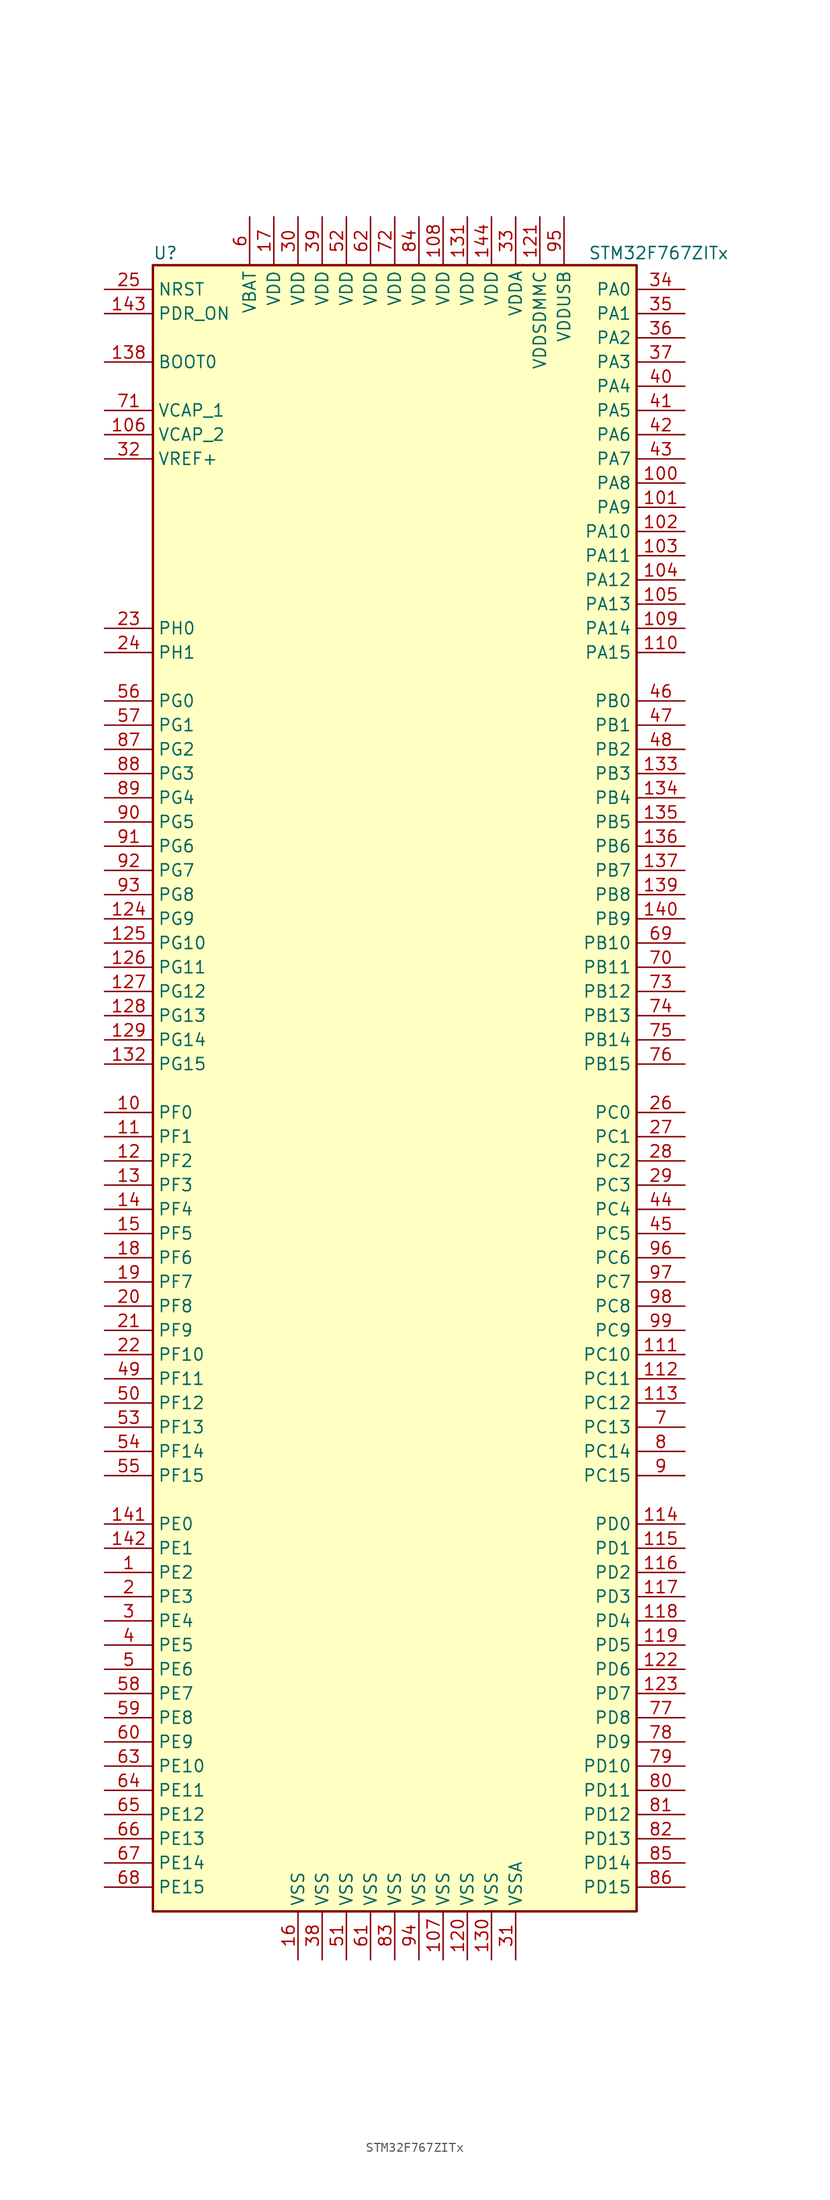
<source format=kicad_sym>
(kicad_symbol_lib
  (version 20220914)
  (generator kicad_symbol_editor)
  (symbol "STM32F767ZITx"
    (property "Reference" "U"
      (at -25.4 87.63 0)
      (effects (font (size 1.27 1.27)) (justify left)))
    (property "Value" "STM32F767ZITx"
      (at 20.32 87.63 0)
      (effects (font (size 1.27 1.27)) (justify left)))
    (symbol "STM32F767ZITx_0_1"
      (rectangle (start -25.4 -86.36) (end 25.4 86.36) (stroke (width 0.254) (type default)) (fill (type background))))
    (symbol "STM32F767ZITx_1_1"
      (pin bidirectional line (at -30.48 -50.8 0) (length 5.08) (name "PE2" (effects (font (size 1.27 1.27)))) (number "1" (effects (font (size 1.27 1.27)))))
      (pin bidirectional line (at -30.48 -2.54 0) (length 5.08) (name "PF0" (effects (font (size 1.27 1.27)))) (number "10" (effects (font (size 1.27 1.27)))))
      (pin bidirectional line (at 30.48 63.5 180) (length 5.08) (name "PA8" (effects (font (size 1.27 1.27)))) (number "100" (effects (font (size 1.27 1.27)))))
      (pin bidirectional line (at 30.48 60.96 180) (length 5.08) (name "PA9" (effects (font (size 1.27 1.27)))) (number "101" (effects (font (size 1.27 1.27)))))
      (pin bidirectional line (at 30.48 58.42 180) (length 5.08) (name "PA10" (effects (font (size 1.27 1.27)))) (number "102" (effects (font (size 1.27 1.27)))))
      (pin bidirectional line (at 30.48 55.88 180) (length 5.08) (name "PA11" (effects (font (size 1.27 1.27)))) (number "103" (effects (font (size 1.27 1.27)))))
      (pin bidirectional line (at 30.48 53.34 180) (length 5.08) (name "PA12" (effects (font (size 1.27 1.27)))) (number "104" (effects (font (size 1.27 1.27)))))
      (pin bidirectional line (at 30.48 50.8 180) (length 5.08) (name "PA13" (effects (font (size 1.27 1.27)))) (number "105" (effects (font (size 1.27 1.27)))))
      (pin power_in line (at -30.48 68.58 0) (length 5.08) (name "VCAP_2" (effects (font (size 1.27 1.27)))) (number "106" (effects (font (size 1.27 1.27)))))
      (pin power_in line (at 5.08 -91.44 90) (length 5.08) (name "VSS" (effects (font (size 1.27 1.27)))) (number "107" (effects (font (size 1.27 1.27)))))
      (pin power_in line (at 5.08 91.44 270) (length 5.08) (name "VDD" (effects (font (size 1.27 1.27)))) (number "108" (effects (font (size 1.27 1.27)))))
      (pin bidirectional line (at 30.48 48.26 180) (length 5.08) (name "PA14" (effects (font (size 1.27 1.27)))) (number "109" (effects (font (size 1.27 1.27)))))
      (pin bidirectional line (at -30.48 -5.08 0) (length 5.08) (name "PF1" (effects (font (size 1.27 1.27)))) (number "11" (effects (font (size 1.27 1.27)))))
      (pin bidirectional line (at 30.48 45.72 180) (length 5.08) (name "PA15" (effects (font (size 1.27 1.27)))) (number "110" (effects (font (size 1.27 1.27)))))
      (pin bidirectional line (at 30.48 -27.94 180) (length 5.08) (name "PC10" (effects (font (size 1.27 1.27)))) (number "111" (effects (font (size 1.27 1.27)))))
      (pin bidirectional line (at 30.48 -30.48 180) (length 5.08) (name "PC11" (effects (font (size 1.27 1.27)))) (number "112" (effects (font (size 1.27 1.27)))))
      (pin bidirectional line (at 30.48 -33.02 180) (length 5.08) (name "PC12" (effects (font (size 1.27 1.27)))) (number "113" (effects (font (size 1.27 1.27)))))
      (pin bidirectional line (at 30.48 -45.72 180) (length 5.08) (name "PD0" (effects (font (size 1.27 1.27)))) (number "114" (effects (font (size 1.27 1.27)))))
      (pin bidirectional line (at 30.48 -48.26 180) (length 5.08) (name "PD1" (effects (font (size 1.27 1.27)))) (number "115" (effects (font (size 1.27 1.27)))))
      (pin bidirectional line (at 30.48 -50.8 180) (length 5.08) (name "PD2" (effects (font (size 1.27 1.27)))) (number "116" (effects (font (size 1.27 1.27)))))
      (pin bidirectional line (at 30.48 -53.34 180) (length 5.08) (name "PD3" (effects (font (size 1.27 1.27)))) (number "117" (effects (font (size 1.27 1.27)))))
      (pin bidirectional line (at 30.48 -55.88 180) (length 5.08) (name "PD4" (effects (font (size 1.27 1.27)))) (number "118" (effects (font (size 1.27 1.27)))))
      (pin bidirectional line (at 30.48 -58.42 180) (length 5.08) (name "PD5" (effects (font (size 1.27 1.27)))) (number "119" (effects (font (size 1.27 1.27)))))
      (pin bidirectional line (at -30.48 -7.62 0) (length 5.08) (name "PF2" (effects (font (size 1.27 1.27)))) (number "12" (effects (font (size 1.27 1.27)))))
      (pin power_in line (at 7.62 -91.44 90) (length 5.08) (name "VSS" (effects (font (size 1.27 1.27)))) (number "120" (effects (font (size 1.27 1.27)))))
      (pin power_in line (at 15.24 91.44 270) (length 5.08) (name "VDDSDMMC" (effects (font (size 1.27 1.27)))) (number "121" (effects (font (size 1.27 1.27)))))
      (pin bidirectional line (at 30.48 -60.96 180) (length 5.08) (name "PD6" (effects (font (size 1.27 1.27)))) (number "122" (effects (font (size 1.27 1.27)))))
      (pin bidirectional line (at 30.48 -63.5 180) (length 5.08) (name "PD7" (effects (font (size 1.27 1.27)))) (number "123" (effects (font (size 1.27 1.27)))))
      (pin bidirectional line (at -30.48 17.78 0) (length 5.08) (name "PG9" (effects (font (size 1.27 1.27)))) (number "124" (effects (font (size 1.27 1.27)))))
      (pin bidirectional line (at -30.48 15.24 0) (length 5.08) (name "PG10" (effects (font (size 1.27 1.27)))) (number "125" (effects (font (size 1.27 1.27)))))
      (pin bidirectional line (at -30.48 12.7 0) (length 5.08) (name "PG11" (effects (font (size 1.27 1.27)))) (number "126" (effects (font (size 1.27 1.27)))))
      (pin bidirectional line (at -30.48 10.16 0) (length 5.08) (name "PG12" (effects (font (size 1.27 1.27)))) (number "127" (effects (font (size 1.27 1.27)))))
      (pin bidirectional line (at -30.48 7.62 0) (length 5.08) (name "PG13" (effects (font (size 1.27 1.27)))) (number "128" (effects (font (size 1.27 1.27)))))
      (pin bidirectional line (at -30.48 5.08 0) (length 5.08) (name "PG14" (effects (font (size 1.27 1.27)))) (number "129" (effects (font (size 1.27 1.27)))))
      (pin bidirectional line (at -30.48 -10.16 0) (length 5.08) (name "PF3" (effects (font (size 1.27 1.27)))) (number "13" (effects (font (size 1.27 1.27)))))
      (pin power_in line (at 10.16 -91.44 90) (length 5.08) (name "VSS" (effects (font (size 1.27 1.27)))) (number "130" (effects (font (size 1.27 1.27)))))
      (pin power_in line (at 7.62 91.44 270) (length 5.08) (name "VDD" (effects (font (size 1.27 1.27)))) (number "131" (effects (font (size 1.27 1.27)))))
      (pin bidirectional line (at -30.48 2.54 0) (length 5.08) (name "PG15" (effects (font (size 1.27 1.27)))) (number "132" (effects (font (size 1.27 1.27)))))
      (pin bidirectional line (at 30.48 33.02 180) (length 5.08) (name "PB3" (effects (font (size 1.27 1.27)))) (number "133" (effects (font (size 1.27 1.27)))))
      (pin bidirectional line (at 30.48 30.48 180) (length 5.08) (name "PB4" (effects (font (size 1.27 1.27)))) (number "134" (effects (font (size 1.27 1.27)))))
      (pin bidirectional line (at 30.48 27.94 180) (length 5.08) (name "PB5" (effects (font (size 1.27 1.27)))) (number "135" (effects (font (size 1.27 1.27)))))
      (pin bidirectional line (at 30.48 25.4 180) (length 5.08) (name "PB6" (effects (font (size 1.27 1.27)))) (number "136" (effects (font (size 1.27 1.27)))))
      (pin bidirectional line (at 30.48 22.86 180) (length 5.08) (name "PB7" (effects (font (size 1.27 1.27)))) (number "137" (effects (font (size 1.27 1.27)))))
      (pin input line (at -30.48 76.2 0) (length 5.08) (name "BOOT0" (effects (font (size 1.27 1.27)))) (number "138" (effects (font (size 1.27 1.27)))))
      (pin bidirectional line (at 30.48 20.32 180) (length 5.08) (name "PB8" (effects (font (size 1.27 1.27)))) (number "139" (effects (font (size 1.27 1.27)))))
      (pin bidirectional line (at -30.48 -12.7 0) (length 5.08) (name "PF4" (effects (font (size 1.27 1.27)))) (number "14" (effects (font (size 1.27 1.27)))))
      (pin bidirectional line (at 30.48 17.78 180) (length 5.08) (name "PB9" (effects (font (size 1.27 1.27)))) (number "140" (effects (font (size 1.27 1.27)))))
      (pin bidirectional line (at -30.48 -45.72 0) (length 5.08) (name "PE0" (effects (font (size 1.27 1.27)))) (number "141" (effects (font (size 1.27 1.27)))))
      (pin bidirectional line (at -30.48 -48.26 0) (length 5.08) (name "PE1" (effects (font (size 1.27 1.27)))) (number "142" (effects (font (size 1.27 1.27)))))
      (pin input line (at -30.48 81.28 0) (length 5.08) (name "PDR_ON" (effects (font (size 1.27 1.27)))) (number "143" (effects (font (size 1.27 1.27)))))
      (pin power_in line (at 10.16 91.44 270) (length 5.08) (name "VDD" (effects (font (size 1.27 1.27)))) (number "144" (effects (font (size 1.27 1.27)))))
      (pin bidirectional line (at -30.48 -15.24 0) (length 5.08) (name "PF5" (effects (font (size 1.27 1.27)))) (number "15" (effects (font (size 1.27 1.27)))))
      (pin power_in line (at -10.16 -91.44 90) (length 5.08) (name "VSS" (effects (font (size 1.27 1.27)))) (number "16" (effects (font (size 1.27 1.27)))))
      (pin power_in line (at -12.7 91.44 270) (length 5.08) (name "VDD" (effects (font (size 1.27 1.27)))) (number "17" (effects (font (size 1.27 1.27)))))
      (pin bidirectional line (at -30.48 -17.78 0) (length 5.08) (name "PF6" (effects (font (size 1.27 1.27)))) (number "18" (effects (font (size 1.27 1.27)))))
      (pin bidirectional line (at -30.48 -20.32 0) (length 5.08) (name "PF7" (effects (font (size 1.27 1.27)))) (number "19" (effects (font (size 1.27 1.27)))))
      (pin bidirectional line (at -30.48 -53.34 0) (length 5.08) (name "PE3" (effects (font (size 1.27 1.27)))) (number "2" (effects (font (size 1.27 1.27)))))
      (pin bidirectional line (at -30.48 -22.86 0) (length 5.08) (name "PF8" (effects (font (size 1.27 1.27)))) (number "20" (effects (font (size 1.27 1.27)))))
      (pin bidirectional line (at -30.48 -25.4 0) (length 5.08) (name "PF9" (effects (font (size 1.27 1.27)))) (number "21" (effects (font (size 1.27 1.27)))))
      (pin bidirectional line (at -30.48 -27.94 0) (length 5.08) (name "PF10" (effects (font (size 1.27 1.27)))) (number "22" (effects (font (size 1.27 1.27)))))
      (pin input line (at -30.48 48.26 0) (length 5.08) (name "PH0" (effects (font (size 1.27 1.27)))) (number "23" (effects (font (size 1.27 1.27)))))
      (pin input line (at -30.48 45.72 0) (length 5.08) (name "PH1" (effects (font (size 1.27 1.27)))) (number "24" (effects (font (size 1.27 1.27)))))
      (pin input line (at -30.48 83.82 0) (length 5.08) (name "NRST" (effects (font (size 1.27 1.27)))) (number "25" (effects (font (size 1.27 1.27)))))
      (pin bidirectional line (at 30.48 -2.54 180) (length 5.08) (name "PC0" (effects (font (size 1.27 1.27)))) (number "26" (effects (font (size 1.27 1.27)))))
      (pin bidirectional line (at 30.48 -5.08 180) (length 5.08) (name "PC1" (effects (font (size 1.27 1.27)))) (number "27" (effects (font (size 1.27 1.27)))))
      (pin bidirectional line (at 30.48 -7.62 180) (length 5.08) (name "PC2" (effects (font (size 1.27 1.27)))) (number "28" (effects (font (size 1.27 1.27)))))
      (pin bidirectional line (at 30.48 -10.16 180) (length 5.08) (name "PC3" (effects (font (size 1.27 1.27)))) (number "29" (effects (font (size 1.27 1.27)))))
      (pin bidirectional line (at -30.48 -55.88 0) (length 5.08) (name "PE4" (effects (font (size 1.27 1.27)))) (number "3" (effects (font (size 1.27 1.27)))))
      (pin power_in line (at -10.16 91.44 270) (length 5.08) (name "VDD" (effects (font (size 1.27 1.27)))) (number "30" (effects (font (size 1.27 1.27)))))
      (pin power_in line (at 12.7 -91.44 90) (length 5.08) (name "VSSA" (effects (font (size 1.27 1.27)))) (number "31" (effects (font (size 1.27 1.27)))))
      (pin power_in line (at -30.48 66.04 0) (length 5.08) (name "VREF+" (effects (font (size 1.27 1.27)))) (number "32" (effects (font (size 1.27 1.27)))))
      (pin power_in line (at 12.7 91.44 270) (length 5.08) (name "VDDA" (effects (font (size 1.27 1.27)))) (number "33" (effects (font (size 1.27 1.27)))))
      (pin bidirectional line (at 30.48 83.82 180) (length 5.08) (name "PA0" (effects (font (size 1.27 1.27)))) (number "34" (effects (font (size 1.27 1.27)))))
      (pin bidirectional line (at 30.48 81.28 180) (length 5.08) (name "PA1" (effects (font (size 1.27 1.27)))) (number "35" (effects (font (size 1.27 1.27)))))
      (pin bidirectional line (at 30.48 78.74 180) (length 5.08) (name "PA2" (effects (font (size 1.27 1.27)))) (number "36" (effects (font (size 1.27 1.27)))))
      (pin bidirectional line (at 30.48 76.2 180) (length 5.08) (name "PA3" (effects (font (size 1.27 1.27)))) (number "37" (effects (font (size 1.27 1.27)))))
      (pin power_in line (at -7.62 -91.44 90) (length 5.08) (name "VSS" (effects (font (size 1.27 1.27)))) (number "38" (effects (font (size 1.27 1.27)))))
      (pin power_in line (at -7.62 91.44 270) (length 5.08) (name "VDD" (effects (font (size 1.27 1.27)))) (number "39" (effects (font (size 1.27 1.27)))))
      (pin bidirectional line (at -30.48 -58.42 0) (length 5.08) (name "PE5" (effects (font (size 1.27 1.27)))) (number "4" (effects (font (size 1.27 1.27)))))
      (pin bidirectional line (at 30.48 73.66 180) (length 5.08) (name "PA4" (effects (font (size 1.27 1.27)))) (number "40" (effects (font (size 1.27 1.27)))))
      (pin bidirectional line (at 30.48 71.12 180) (length 5.08) (name "PA5" (effects (font (size 1.27 1.27)))) (number "41" (effects (font (size 1.27 1.27)))))
      (pin bidirectional line (at 30.48 68.58 180) (length 5.08) (name "PA6" (effects (font (size 1.27 1.27)))) (number "42" (effects (font (size 1.27 1.27)))))
      (pin bidirectional line (at 30.48 66.04 180) (length 5.08) (name "PA7" (effects (font (size 1.27 1.27)))) (number "43" (effects (font (size 1.27 1.27)))))
      (pin bidirectional line (at 30.48 -12.7 180) (length 5.08) (name "PC4" (effects (font (size 1.27 1.27)))) (number "44" (effects (font (size 1.27 1.27)))))
      (pin bidirectional line (at 30.48 -15.24 180) (length 5.08) (name "PC5" (effects (font (size 1.27 1.27)))) (number "45" (effects (font (size 1.27 1.27)))))
      (pin bidirectional line (at 30.48 40.64 180) (length 5.08) (name "PB0" (effects (font (size 1.27 1.27)))) (number "46" (effects (font (size 1.27 1.27)))))
      (pin bidirectional line (at 30.48 38.1 180) (length 5.08) (name "PB1" (effects (font (size 1.27 1.27)))) (number "47" (effects (font (size 1.27 1.27)))))
      (pin bidirectional line (at 30.48 35.56 180) (length 5.08) (name "PB2" (effects (font (size 1.27 1.27)))) (number "48" (effects (font (size 1.27 1.27)))))
      (pin bidirectional line (at -30.48 -30.48 0) (length 5.08) (name "PF11" (effects (font (size 1.27 1.27)))) (number "49" (effects (font (size 1.27 1.27)))))
      (pin bidirectional line (at -30.48 -60.96 0) (length 5.08) (name "PE6" (effects (font (size 1.27 1.27)))) (number "5" (effects (font (size 1.27 1.27)))))
      (pin bidirectional line (at -30.48 -33.02 0) (length 5.08) (name "PF12" (effects (font (size 1.27 1.27)))) (number "50" (effects (font (size 1.27 1.27)))))
      (pin power_in line (at -5.08 -91.44 90) (length 5.08) (name "VSS" (effects (font (size 1.27 1.27)))) (number "51" (effects (font (size 1.27 1.27)))))
      (pin power_in line (at -5.08 91.44 270) (length 5.08) (name "VDD" (effects (font (size 1.27 1.27)))) (number "52" (effects (font (size 1.27 1.27)))))
      (pin bidirectional line (at -30.48 -35.56 0) (length 5.08) (name "PF13" (effects (font (size 1.27 1.27)))) (number "53" (effects (font (size 1.27 1.27)))))
      (pin bidirectional line (at -30.48 -38.1 0) (length 5.08) (name "PF14" (effects (font (size 1.27 1.27)))) (number "54" (effects (font (size 1.27 1.27)))))
      (pin bidirectional line (at -30.48 -40.64 0) (length 5.08) (name "PF15" (effects (font (size 1.27 1.27)))) (number "55" (effects (font (size 1.27 1.27)))))
      (pin bidirectional line (at -30.48 40.64 0) (length 5.08) (name "PG0" (effects (font (size 1.27 1.27)))) (number "56" (effects (font (size 1.27 1.27)))))
      (pin bidirectional line (at -30.48 38.1 0) (length 5.08) (name "PG1" (effects (font (size 1.27 1.27)))) (number "57" (effects (font (size 1.27 1.27)))))
      (pin bidirectional line (at -30.48 -63.5 0) (length 5.08) (name "PE7" (effects (font (size 1.27 1.27)))) (number "58" (effects (font (size 1.27 1.27)))))
      (pin bidirectional line (at -30.48 -66.04 0) (length 5.08) (name "PE8" (effects (font (size 1.27 1.27)))) (number "59" (effects (font (size 1.27 1.27)))))
      (pin power_in line (at -15.24 91.44 270) (length 5.08) (name "VBAT" (effects (font (size 1.27 1.27)))) (number "6" (effects (font (size 1.27 1.27)))))
      (pin bidirectional line (at -30.48 -68.58 0) (length 5.08) (name "PE9" (effects (font (size 1.27 1.27)))) (number "60" (effects (font (size 1.27 1.27)))))
      (pin power_in line (at -2.54 -91.44 90) (length 5.08) (name "VSS" (effects (font (size 1.27 1.27)))) (number "61" (effects (font (size 1.27 1.27)))))
      (pin power_in line (at -2.54 91.44 270) (length 5.08) (name "VDD" (effects (font (size 1.27 1.27)))) (number "62" (effects (font (size 1.27 1.27)))))
      (pin bidirectional line (at -30.48 -71.12 0) (length 5.08) (name "PE10" (effects (font (size 1.27 1.27)))) (number "63" (effects (font (size 1.27 1.27)))))
      (pin bidirectional line (at -30.48 -73.66 0) (length 5.08) (name "PE11" (effects (font (size 1.27 1.27)))) (number "64" (effects (font (size 1.27 1.27)))))
      (pin bidirectional line (at -30.48 -76.2 0) (length 5.08) (name "PE12" (effects (font (size 1.27 1.27)))) (number "65" (effects (font (size 1.27 1.27)))))
      (pin bidirectional line (at -30.48 -78.74 0) (length 5.08) (name "PE13" (effects (font (size 1.27 1.27)))) (number "66" (effects (font (size 1.27 1.27)))))
      (pin bidirectional line (at -30.48 -81.28 0) (length 5.08) (name "PE14" (effects (font (size 1.27 1.27)))) (number "67" (effects (font (size 1.27 1.27)))))
      (pin bidirectional line (at -30.48 -83.82 0) (length 5.08) (name "PE15" (effects (font (size 1.27 1.27)))) (number "68" (effects (font (size 1.27 1.27)))))
      (pin bidirectional line (at 30.48 15.24 180) (length 5.08) (name "PB10" (effects (font (size 1.27 1.27)))) (number "69" (effects (font (size 1.27 1.27)))))
      (pin bidirectional line (at 30.48 -35.56 180) (length 5.08) (name "PC13" (effects (font (size 1.27 1.27)))) (number "7" (effects (font (size 1.27 1.27)))))
      (pin bidirectional line (at 30.48 12.7 180) (length 5.08) (name "PB11" (effects (font (size 1.27 1.27)))) (number "70" (effects (font (size 1.27 1.27)))))
      (pin power_in line (at -30.48 71.12 0) (length 5.08) (name "VCAP_1" (effects (font (size 1.27 1.27)))) (number "71" (effects (font (size 1.27 1.27)))))
      (pin power_in line (at 0 91.44 270) (length 5.08) (name "VDD" (effects (font (size 1.27 1.27)))) (number "72" (effects (font (size 1.27 1.27)))))
      (pin bidirectional line (at 30.48 10.16 180) (length 5.08) (name "PB12" (effects (font (size 1.27 1.27)))) (number "73" (effects (font (size 1.27 1.27)))))
      (pin bidirectional line (at 30.48 7.62 180) (length 5.08) (name "PB13" (effects (font (size 1.27 1.27)))) (number "74" (effects (font (size 1.27 1.27)))))
      (pin bidirectional line (at 30.48 5.08 180) (length 5.08) (name "PB14" (effects (font (size 1.27 1.27)))) (number "75" (effects (font (size 1.27 1.27)))))
      (pin bidirectional line (at 30.48 2.54 180) (length 5.08) (name "PB15" (effects (font (size 1.27 1.27)))) (number "76" (effects (font (size 1.27 1.27)))))
      (pin bidirectional line (at 30.48 -66.04 180) (length 5.08) (name "PD8" (effects (font (size 1.27 1.27)))) (number "77" (effects (font (size 1.27 1.27)))))
      (pin bidirectional line (at 30.48 -68.58 180) (length 5.08) (name "PD9" (effects (font (size 1.27 1.27)))) (number "78" (effects (font (size 1.27 1.27)))))
      (pin bidirectional line (at 30.48 -71.12 180) (length 5.08) (name "PD10" (effects (font (size 1.27 1.27)))) (number "79" (effects (font (size 1.27 1.27)))))
      (pin bidirectional line (at 30.48 -38.1 180) (length 5.08) (name "PC14" (effects (font (size 1.27 1.27)))) (number "8" (effects (font (size 1.27 1.27)))))
      (pin bidirectional line (at 30.48 -73.66 180) (length 5.08) (name "PD11" (effects (font (size 1.27 1.27)))) (number "80" (effects (font (size 1.27 1.27)))))
      (pin bidirectional line (at 30.48 -76.2 180) (length 5.08) (name "PD12" (effects (font (size 1.27 1.27)))) (number "81" (effects (font (size 1.27 1.27)))))
      (pin bidirectional line (at 30.48 -78.74 180) (length 5.08) (name "PD13" (effects (font (size 1.27 1.27)))) (number "82" (effects (font (size 1.27 1.27)))))
      (pin power_in line (at 0 -91.44 90) (length 5.08) (name "VSS" (effects (font (size 1.27 1.27)))) (number "83" (effects (font (size 1.27 1.27)))))
      (pin power_in line (at 2.54 91.44 270) (length 5.08) (name "VDD" (effects (font (size 1.27 1.27)))) (number "84" (effects (font (size 1.27 1.27)))))
      (pin bidirectional line (at 30.48 -81.28 180) (length 5.08) (name "PD14" (effects (font (size 1.27 1.27)))) (number "85" (effects (font (size 1.27 1.27)))))
      (pin bidirectional line (at 30.48 -83.82 180) (length 5.08) (name "PD15" (effects (font (size 1.27 1.27)))) (number "86" (effects (font (size 1.27 1.27)))))
      (pin bidirectional line (at -30.48 35.56 0) (length 5.08) (name "PG2" (effects (font (size 1.27 1.27)))) (number "87" (effects (font (size 1.27 1.27)))))
      (pin bidirectional line (at -30.48 33.02 0) (length 5.08) (name "PG3" (effects (font (size 1.27 1.27)))) (number "88" (effects (font (size 1.27 1.27)))))
      (pin bidirectional line (at -30.48 30.48 0) (length 5.08) (name "PG4" (effects (font (size 1.27 1.27)))) (number "89" (effects (font (size 1.27 1.27)))))
      (pin bidirectional line (at 30.48 -40.64 180) (length 5.08) (name "PC15" (effects (font (size 1.27 1.27)))) (number "9" (effects (font (size 1.27 1.27)))))
      (pin bidirectional line (at -30.48 27.94 0) (length 5.08) (name "PG5" (effects (font (size 1.27 1.27)))) (number "90" (effects (font (size 1.27 1.27)))))
      (pin bidirectional line (at -30.48 25.4 0) (length 5.08) (name "PG6" (effects (font (size 1.27 1.27)))) (number "91" (effects (font (size 1.27 1.27)))))
      (pin bidirectional line (at -30.48 22.86 0) (length 5.08) (name "PG7" (effects (font (size 1.27 1.27)))) (number "92" (effects (font (size 1.27 1.27)))))
      (pin bidirectional line (at -30.48 20.32 0) (length 5.08) (name "PG8" (effects (font (size 1.27 1.27)))) (number "93" (effects (font (size 1.27 1.27)))))
      (pin power_in line (at 2.54 -91.44 90) (length 5.08) (name "VSS" (effects (font (size 1.27 1.27)))) (number "94" (effects (font (size 1.27 1.27)))))
      (pin power_in line (at 17.78 91.44 270) (length 5.08) (name "VDDUSB" (effects (font (size 1.27 1.27)))) (number "95" (effects (font (size 1.27 1.27)))))
      (pin bidirectional line (at 30.48 -17.78 180) (length 5.08) (name "PC6" (effects (font (size 1.27 1.27)))) (number "96" (effects (font (size 1.27 1.27)))))
      (pin bidirectional line (at 30.48 -20.32 180) (length 5.08) (name "PC7" (effects (font (size 1.27 1.27)))) (number "97" (effects (font (size 1.27 1.27)))))
      (pin bidirectional line (at 30.48 -22.86 180) (length 5.08) (name "PC8" (effects (font (size 1.27 1.27)))) (number "98" (effects (font (size 1.27 1.27)))))
      (pin bidirectional line (at 30.48 -25.4 180) (length 5.08) (name "PC9" (effects (font (size 1.27 1.27)))) (number "99" (effects (font (size 1.27 1.27))))))))
</source>
